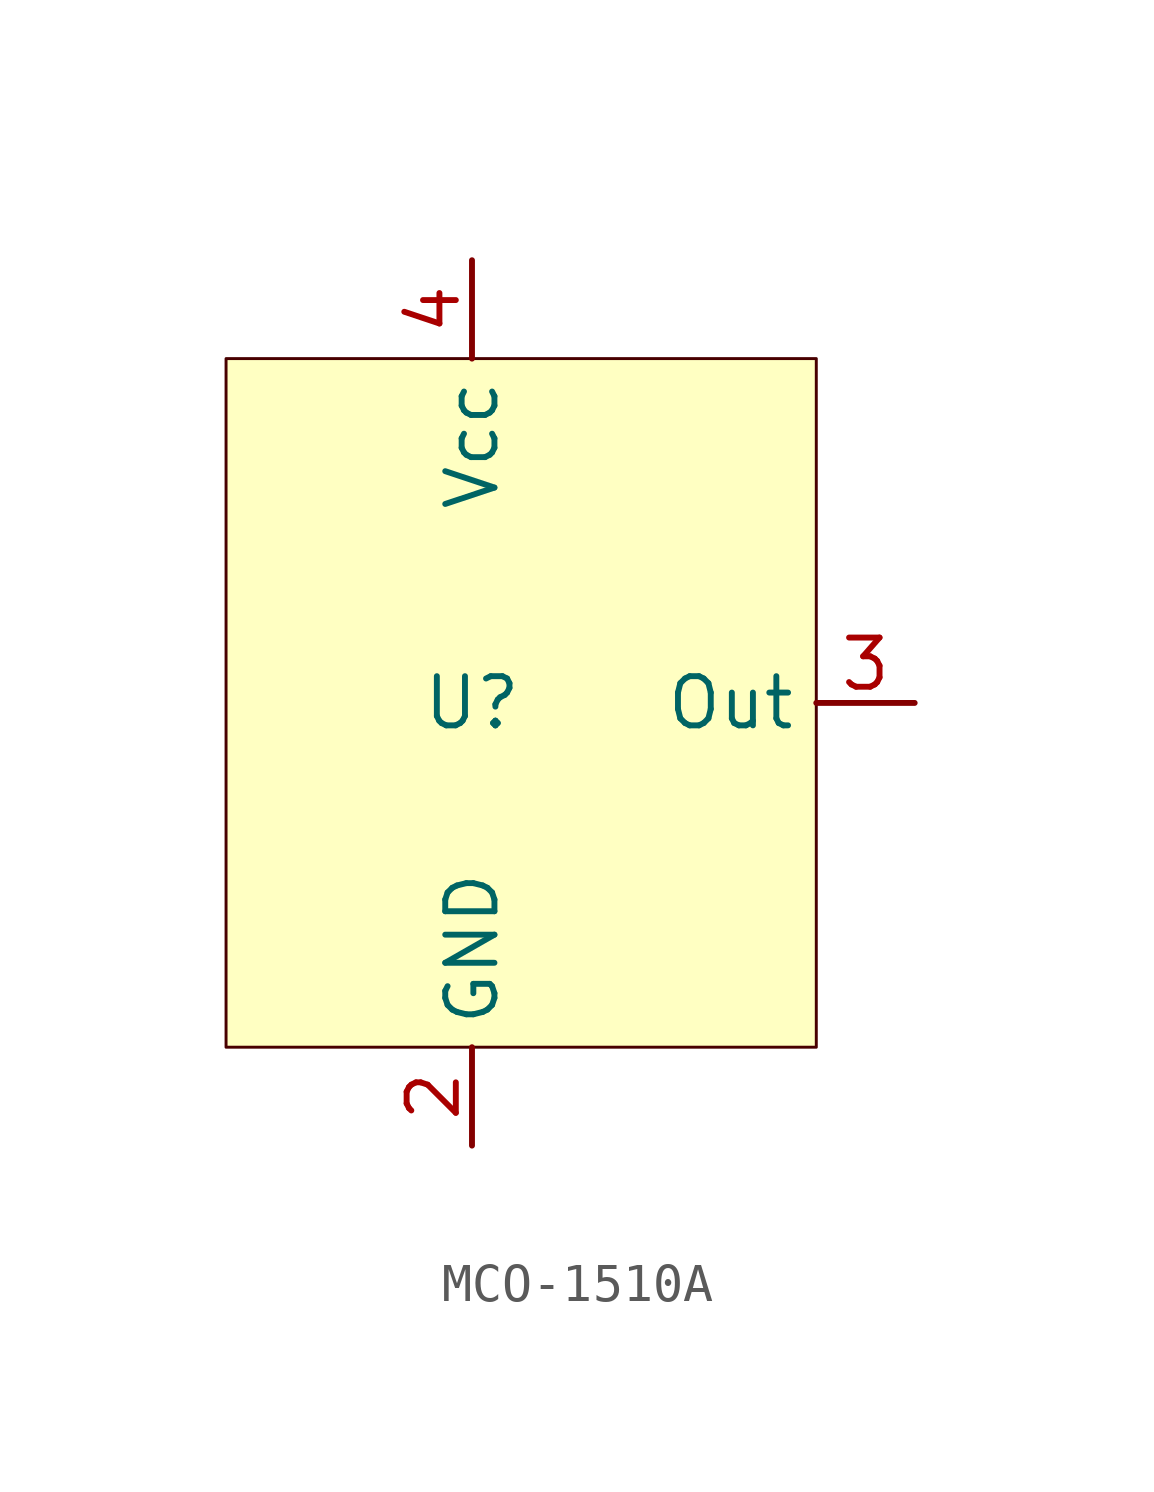
<source format=kicad_sym>
(kicad_symbol_lib
  (version 20231120)
  (generator "kicad_symbol_editor")
  (generator_version "8.0")
  (symbol "MCO-1510A"
    (property "Reference" "U"
      (at 0 0 0)
      (effects (font (size 1.27 1.27))))
    (property "Value" ""
      (at 0 0 0)
      (effects (font (size 1.27 1.27))))
    (symbol "MCO-1510A_0_1"
      (rectangle (start -6.35 8.89) (end 8.89 -8.89) (stroke (width 0.076) (type default) (color 72 0 0 1)) (fill (type background))))
    (symbol "MCO-1510A_1_1"
      (pin input line (at 0 -11.43 90) (length 2.54) (name "GND" (effects (font (size 1.27 1.27)))) (number "2" (effects (font (size 1.27 1.27)))))
      (pin output line (at 11.43 0 180) (length 2.54) (name "Out" (effects (font (size 1.27 1.27)))) (number "3" (effects (font (size 1.27 1.27)))))
      (pin input line (at 0 11.43 270) (length 2.54) (name "Vcc" (effects (font (size 1.27 1.27)))) (number "4" (effects (font (size 1.27 1.27))))))))
</source>
